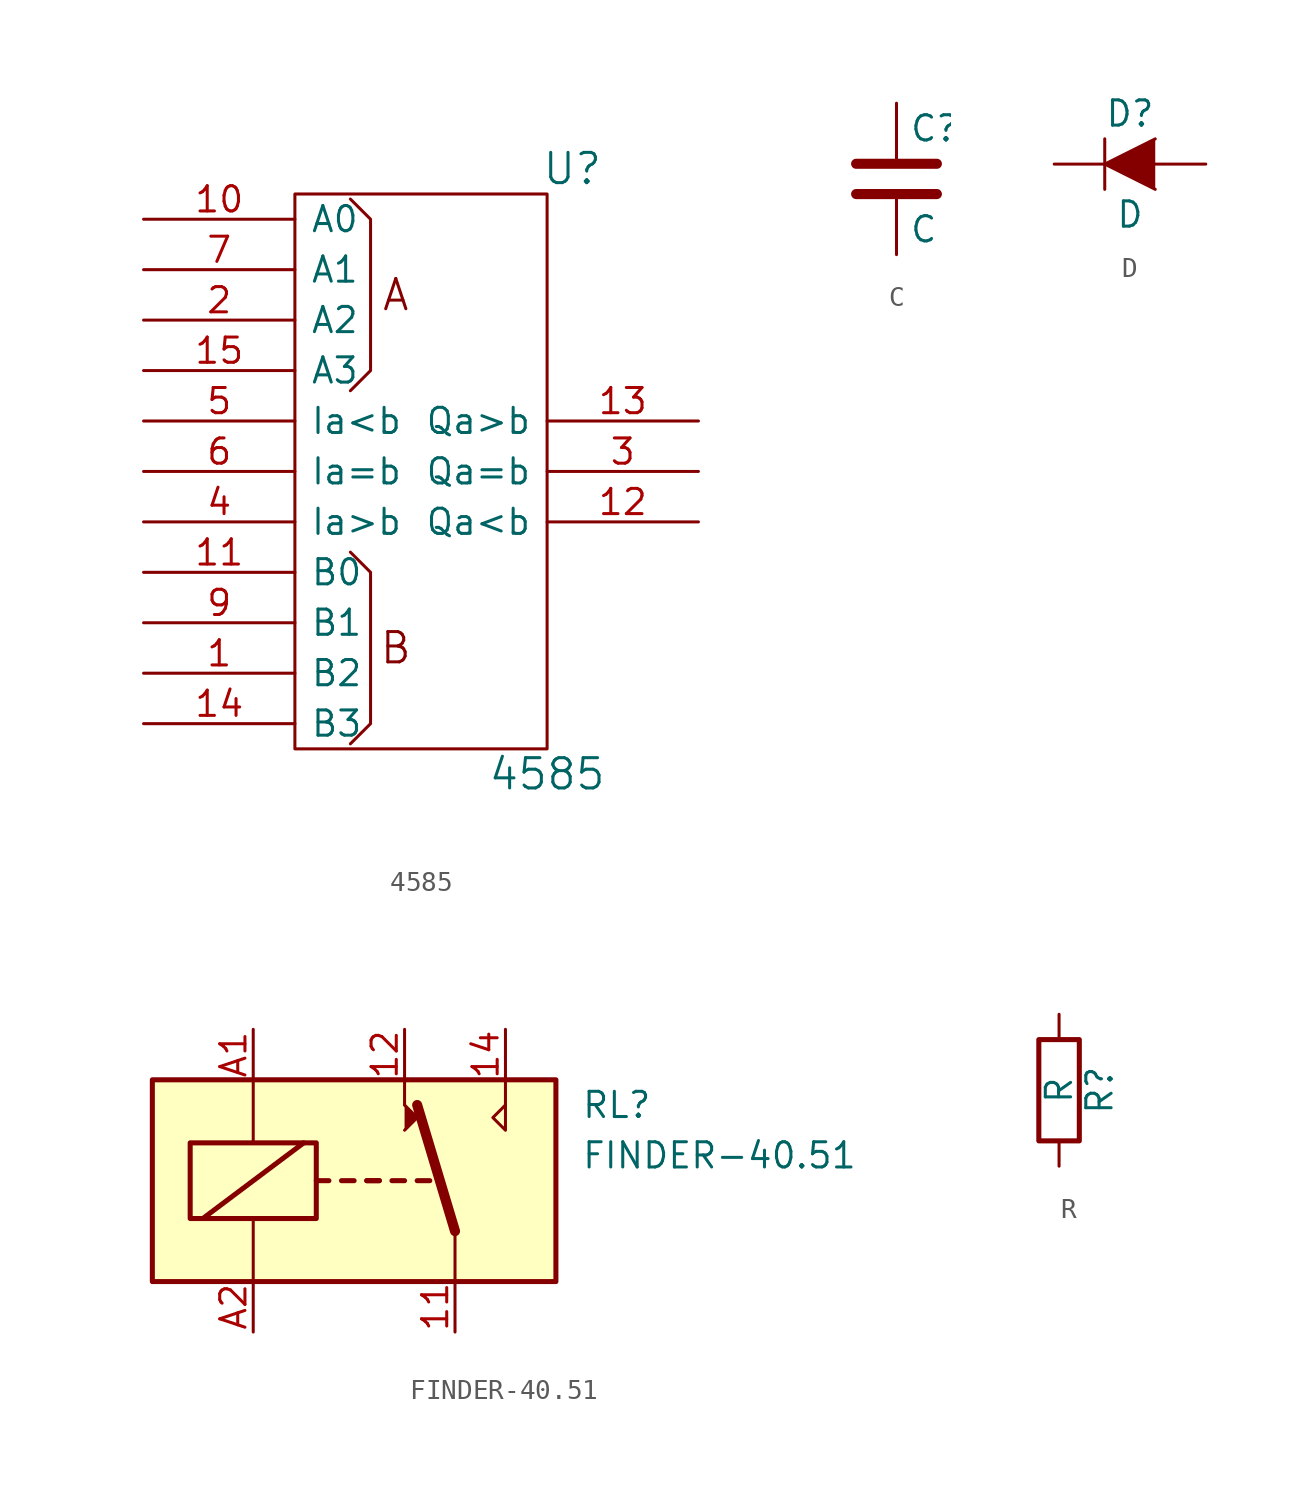
<source format=kicad_sym>
(kicad_symbol_lib
  (version 20220914)
  (generator kicad_symbol_editor)
  (symbol "4585"
    (pin_names
      (offset 0.762))
    (property "Reference" "U"
      (at 7.62 15.24 0)
      (effects (font (size 1.524 1.524))))
    (property "Value" "4585"
      (at 6.35 -15.24 0)
      (effects (font (size 1.524 1.524))))
    (property "Footprint" ""
      (at 0 0 0)
      (effects (font (size 1.524 1.524))))
    (property "Datasheet" ""
      (at 0 0 0)
      (effects (font (size 1.524 1.524))))
    (symbol "4585_0_0"
      (rectangle (start -6.35 13.97) (end 6.35 -13.97) (stroke (width 0) (type solid)) (fill (type none)))
      (polyline (pts (xy -3.556 -4.064) (xy -2.54 -5.08) (xy -2.54 -12.7) (xy -3.556 -13.716) (xy -3.556 -13.716)) (stroke (width 0) (type solid)) (fill (type none)))
      (text "A" (at -1.27 8.89 0) (effects (font (size 1.524 1.524))))
      (text "B" (at -1.27 -8.89 0) (effects (font (size 1.524 1.524)))))
    (symbol "4585_0_1"
      (polyline (pts (xy -3.556 4.064) (xy -2.54 5.08) (xy -2.54 12.7) (xy -3.556 13.716) (xy -3.556 13.716)) (stroke (width 0) (type solid)) (fill (type none)))
      (pin power_in line (at 0 13.97 270) (length 0) hide (name "Vdd" (effects (font (size 1.27 1.27)))) (number "16" (effects (font (size 1.27 1.27)))))
      (pin power_in line (at 0 -13.97 90) (length 0) hide (name "Vss" (effects (font (size 1.27 1.27)))) (number "8" (effects (font (size 1.27 1.27))))))
    (symbol "4585_1_1"
      (pin input line (at -13.97 -10.16 0) (length 7.62) (name "B2" (effects (font (size 1.27 1.27)))) (number "1" (effects (font (size 1.27 1.27)))))
      (pin input line (at -13.97 12.7 0) (length 7.62) (name "A0" (effects (font (size 1.27 1.27)))) (number "10" (effects (font (size 1.27 1.27)))))
      (pin input line (at -13.97 -5.08 0) (length 7.62) (name "B0" (effects (font (size 1.27 1.27)))) (number "11" (effects (font (size 1.27 1.27)))))
      (pin output line (at 13.97 -2.54 180) (length 7.62) (name "Qa<b" (effects (font (size 1.27 1.27)))) (number "12" (effects (font (size 1.27 1.27)))))
      (pin output line (at 13.97 2.54 180) (length 7.62) (name "Qa>b" (effects (font (size 1.27 1.27)))) (number "13" (effects (font (size 1.27 1.27)))))
      (pin input line (at -13.97 -12.7 0) (length 7.62) (name "B3" (effects (font (size 1.27 1.27)))) (number "14" (effects (font (size 1.27 1.27)))))
      (pin input line (at -13.97 5.08 0) (length 7.62) (name "A3" (effects (font (size 1.27 1.27)))) (number "15" (effects (font (size 1.27 1.27)))))
      (pin input line (at -13.97 7.62 0) (length 7.62) (name "A2" (effects (font (size 1.27 1.27)))) (number "2" (effects (font (size 1.27 1.27)))))
      (pin output line (at 13.97 0 180) (length 7.62) (name "Qa=b" (effects (font (size 1.27 1.27)))) (number "3" (effects (font (size 1.27 1.27)))))
      (pin input line (at -13.97 -2.54 0) (length 7.62) (name "Ia>b" (effects (font (size 1.27 1.27)))) (number "4" (effects (font (size 1.27 1.27)))))
      (pin input line (at -13.97 2.54 0) (length 7.62) (name "Ia<b" (effects (font (size 1.27 1.27)))) (number "5" (effects (font (size 1.27 1.27)))))
      (pin input line (at -13.97 0 0) (length 7.62) (name "Ia=b" (effects (font (size 1.27 1.27)))) (number "6" (effects (font (size 1.27 1.27)))))
      (pin input line (at -13.97 10.16 0) (length 7.62) (name "A1" (effects (font (size 1.27 1.27)))) (number "7" (effects (font (size 1.27 1.27)))))
      (pin input line (at -13.97 -7.62 0) (length 7.62) (name "B1" (effects (font (size 1.27 1.27)))) (number "9" (effects (font (size 1.27 1.27)))))))
  (symbol "C"
    (pin_numbers hide)
    (pin_names
      (offset 0.254))
    (property "Reference" "C"
      (at 0.635 2.54 0)
      (effects (font (size 1.27 1.27)) (justify left)))
    (property "Value" "C"
      (at 0.635 -2.54 0)
      (effects (font (size 1.27 1.27)) (justify left)))
    (property "Footprint" ""
      (at 0.965 -3.81 0)
      (effects (font (size 1.27 1.27))))
    (property "Datasheet" ""
      (at 0 0 0)
      (effects (font (size 1.27 1.27))))
    (symbol "C_0_1"
      (polyline (pts (xy -2.032 -0.762) (xy 2.032 -0.762)) (stroke (width 0.508) (type solid)) (fill (type none)))
      (polyline (pts (xy -2.032 0.762) (xy 2.032 0.762)) (stroke (width 0.508) (type solid)) (fill (type none))))
    (symbol "C_1_1"
      (pin passive line (at 0 3.81 270) (length 2.794) (name "~" (effects (font (size 1.016 1.016)))) (number "1" (effects (font (size 1.016 1.016)))))
      (pin passive line (at 0 -3.81 90) (length 2.794) (name "~" (effects (font (size 1.016 1.016)))) (number "2" (effects (font (size 1.016 1.016)))))))
  (symbol "D"
    (pin_numbers hide)
    (pin_names
      (offset 1.016) hide)
    (property "Reference" "D"
      (at 0 2.54 0)
      (effects (font (size 1.27 1.27))))
    (property "Value" "D"
      (at 0 -2.54 0)
      (effects (font (size 1.27 1.27))))
    (property "Footprint" ""
      (at 0 0 0)
      (effects (font (size 1.27 1.27))))
    (property "Datasheet" ""
      (at 0 0 0)
      (effects (font (size 1.27 1.27))))
    (symbol "D_0_1"
      (polyline (pts (xy -1.27 1.27) (xy -1.27 -1.27)) (stroke (width 0.152) (type solid)) (fill (type none)))
      (polyline (pts (xy 1.27 1.27) (xy -1.27 0) (xy 1.27 -1.27)) (stroke (width 0) (type solid)) (fill (type outline))))
    (symbol "D_1_1"
      (pin passive line (at -3.81 0 0) (length 2.54) (name "K" (effects (font (size 1.27 1.27)))) (number "1" (effects (font (size 1.27 1.27)))))
      (pin passive line (at 3.81 0 180) (length 2.54) (name "A" (effects (font (size 1.27 1.27)))) (number "2" (effects (font (size 1.27 1.27)))))))
  (symbol "FINDER-40.51"
    (pin_names
      (offset 1.016))
    (property "Reference" "RL"
      (at 11.43 3.81 0)
      (effects (font (size 1.27 1.27)) (justify left)))
    (property "Value" "FINDER-40.51"
      (at 11.43 1.27 0)
      (effects (font (size 1.27 1.27)) (justify left)))
    (property "Footprint" ""
      (at 0 0 0)
      (effects (font (size 1.27 1.27))))
    (property "Datasheet" ""
      (at 0 0 0)
      (effects (font (size 1.27 1.27))))
    (symbol "FINDER-40.51_0_0"
      (polyline (pts (xy 2.54 3.81) (xy 2.54 5.08)) (stroke (width 0) (type solid)) (fill (type none)))
      (polyline (pts (xy 7.62 3.81) (xy 7.62 5.08)) (stroke (width 0) (type solid)) (fill (type none)))
      (polyline (pts (xy 7.62 3.81) (xy 7.62 2.54) (xy 6.985 3.175) (xy 7.62 3.81)) (stroke (width 0) (type solid)) (fill (type none))))
    (symbol "FINDER-40.51_0_1"
      (rectangle (start -10.16 5.08) (end 10.16 -5.08) (stroke (width 0.254) (type solid)) (fill (type background)))
      (rectangle (start -8.255 1.905) (end -1.905 -1.905) (stroke (width 0.254) (type solid)) (fill (type none)))
      (polyline (pts (xy -7.62 -1.905) (xy -2.54 1.905)) (stroke (width 0.254) (type solid)) (fill (type none)))
      (polyline (pts (xy -5.08 -5.08) (xy -5.08 -1.905)) (stroke (width 0) (type solid)) (fill (type none)))
      (polyline (pts (xy -5.08 5.08) (xy -5.08 1.905)) (stroke (width 0) (type solid)) (fill (type none)))
      (polyline (pts (xy -1.905 0) (xy -1.27 0)) (stroke (width 0.254) (type solid)) (fill (type none)))
      (polyline (pts (xy -0.635 0) (xy 0 0)) (stroke (width 0.254) (type solid)) (fill (type none)))
      (polyline (pts (xy 0.635 0) (xy 1.27 0)) (stroke (width 0.254) (type solid)) (fill (type none)))
      (polyline (pts (xy 0.635 0) (xy 1.27 0)) (stroke (width 0.254) (type solid)) (fill (type none)))
      (polyline (pts (xy 1.905 0) (xy 2.54 0)) (stroke (width 0.254) (type solid)) (fill (type none)))
      (polyline (pts (xy 3.175 0) (xy 3.81 0)) (stroke (width 0.254) (type solid)) (fill (type none)))
      (polyline (pts (xy 5.08 -2.54) (xy 3.175 3.81)) (stroke (width 0.508) (type solid)) (fill (type none)))
      (polyline (pts (xy 5.08 -2.54) (xy 5.08 -5.08)) (stroke (width 0) (type solid)) (fill (type none)))
      (polyline (pts (xy 2.54 2.54) (xy 3.175 3.175) (xy 2.54 3.81)) (stroke (width 0) (type solid)) (fill (type outline))))
    (symbol "FINDER-40.51_1_1"
      (pin passive line (at 5.08 -7.62 90) (length 2.54) (name "~" (effects (font (size 1.27 1.27)))) (number "11" (effects (font (size 1.27 1.27)))))
      (pin passive line (at 2.54 7.62 270) (length 2.54) (name "~" (effects (font (size 1.27 1.27)))) (number "12" (effects (font (size 1.27 1.27)))))
      (pin passive line (at 7.62 7.62 270) (length 2.54) (name "~" (effects (font (size 1.27 1.27)))) (number "14" (effects (font (size 1.27 1.27)))))
      (pin passive line (at -5.08 7.62 270) (length 2.54) (name "~" (effects (font (size 1.27 1.27)))) (number "A1" (effects (font (size 1.27 1.27)))))
      (pin passive line (at -5.08 -7.62 90) (length 2.54) (name "~" (effects (font (size 1.27 1.27)))) (number "A2" (effects (font (size 1.27 1.27)))))))
  (symbol "R"
    (pin_numbers hide)
    (pin_names
      (offset 0))
    (property "Reference" "R"
      (at 2.032 0 90)
      (effects (font (size 1.27 1.27))))
    (property "Value" "R"
      (at 0 0 90)
      (effects (font (size 1.27 1.27))))
    (property "Footprint" ""
      (at -1.778 0 90)
      (effects (font (size 1.27 1.27))))
    (property "Datasheet" ""
      (at 0 0 0)
      (effects (font (size 1.27 1.27))))
    (symbol "R_0_1"
      (rectangle (start -1.016 -2.54) (end 1.016 2.54) (stroke (width 0.254) (type solid)) (fill (type none))))
    (symbol "R_1_1"
      (pin passive line (at 0 3.81 270) (length 1.27) (name "~" (effects (font (size 1.27 1.27)))) (number "1" (effects (font (size 1.27 1.27)))))
      (pin passive line (at 0 -3.81 90) (length 1.27) (name "~" (effects (font (size 1.27 1.27)))) (number "2" (effects (font (size 1.27 1.27))))))))
</source>
